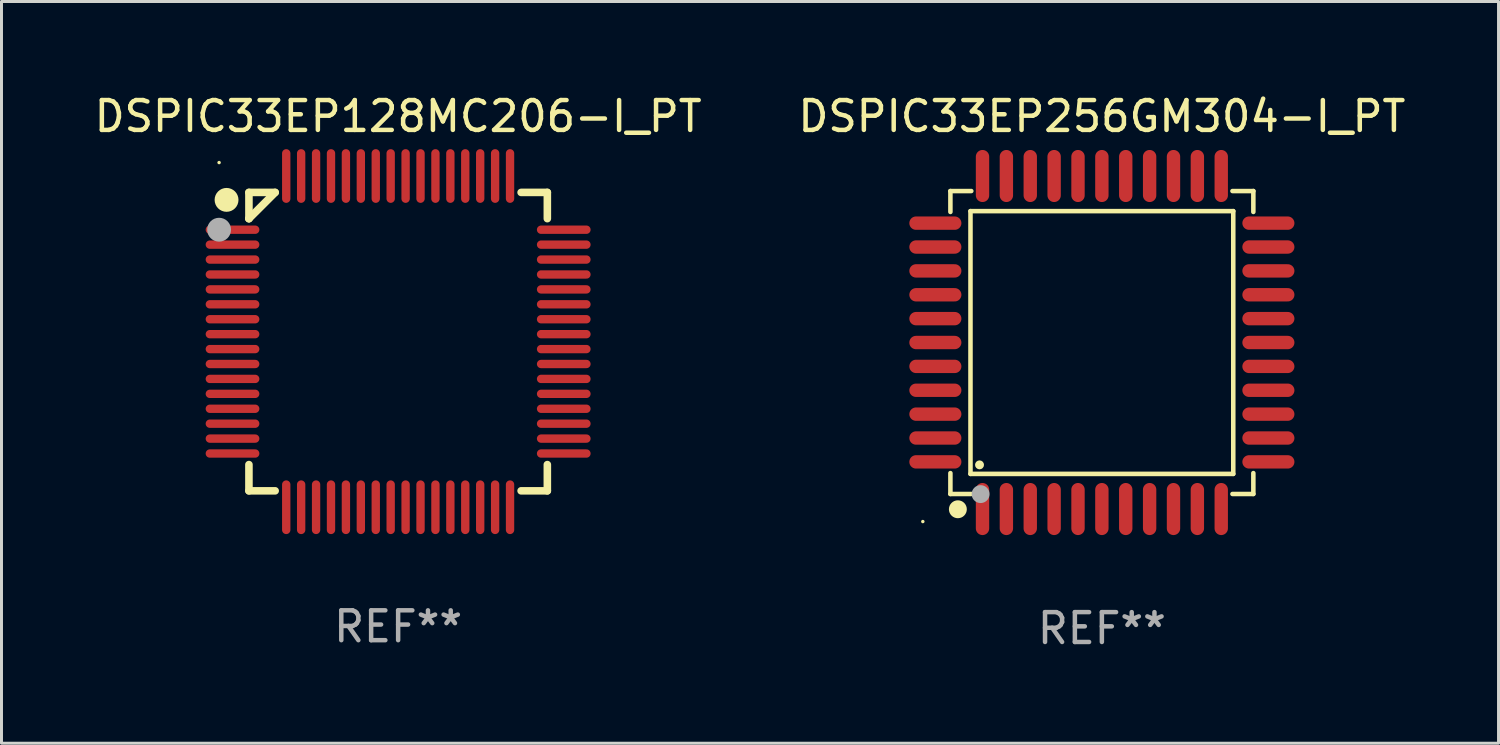
<source format=kicad_pcb>
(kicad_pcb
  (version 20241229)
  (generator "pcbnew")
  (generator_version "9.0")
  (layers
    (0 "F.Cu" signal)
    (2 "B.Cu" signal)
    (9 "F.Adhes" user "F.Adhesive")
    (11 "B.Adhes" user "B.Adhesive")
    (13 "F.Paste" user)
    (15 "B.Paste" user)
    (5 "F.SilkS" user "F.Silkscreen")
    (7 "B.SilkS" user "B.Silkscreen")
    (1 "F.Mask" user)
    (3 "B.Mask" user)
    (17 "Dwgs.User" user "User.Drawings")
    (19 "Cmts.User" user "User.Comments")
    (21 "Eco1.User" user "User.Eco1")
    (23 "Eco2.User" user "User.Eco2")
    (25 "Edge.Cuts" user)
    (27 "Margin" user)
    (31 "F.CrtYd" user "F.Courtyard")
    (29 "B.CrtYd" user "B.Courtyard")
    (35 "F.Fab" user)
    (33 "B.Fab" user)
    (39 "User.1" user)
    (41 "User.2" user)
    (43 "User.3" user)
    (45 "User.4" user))
  (footprint "DSPIC33EP128MC206-I_PT"
    (layer "F.Cu")
    (at 10.292 8.398)
    (property "Reference" "DSPIC33EP128MC206-I_PT" (at 0 -7.55 0) (layer "F.SilkS") (effects (font (size 1 1) (thickness 0.15))))
    (attr through_hole)
    (fp_line (start -5 -5) (end -4.121 -5) (stroke (width 0.254) (type solid)) (layer "F.SilkS"))
    (fp_line (start -5 -4.121) (end -5 -5) (stroke (width 0.254) (type solid)) (layer "F.SilkS"))
    (fp_line (start -5 -4.121) (end -5 -4.121) (stroke (width 0.254) (type solid)) (layer "F.SilkS"))
    (fp_line (start -5 -4.121) (end -4.121 -5) (stroke (width 0.254) (type solid)) (layer "F.SilkS"))
    (fp_line (start -5 5) (end -5 4.121) (stroke (width 0.254) (type solid)) (layer "F.SilkS"))
    (fp_line (start -4.121 5) (end -5 5) (stroke (width 0.254) (type solid)) (layer "F.SilkS"))
    (fp_line (start 4.121 -5) (end 5 -5) (stroke (width 0.254) (type solid)) (layer "F.SilkS"))
    (fp_line (start 5 -5) (end 5 -4.121) (stroke (width 0.254) (type solid)) (layer "F.SilkS"))
    (fp_line (start 5 4.121) (end 5 5) (stroke (width 0.254) (type solid)) (layer "F.SilkS"))
    (fp_line (start 5 5) (end 4.121 5) (stroke (width 0.254) (type solid)) (layer "F.SilkS"))
    (fp_circle (center -6 -6) (end -5.97 -6) (stroke (width 0.06) (type solid)) (fill no) (layer "F.SilkS"))
    (fp_circle (center -5.75 -4.75) (end -5.55 -4.75) (stroke (width 0.4) (type solid)) (fill no) (layer "F.SilkS"))
    (fp_circle (center -6 -3.75) (end -5.8 -3.75) (stroke (width 0.4) (type solid)) (fill no) (layer "F.Fab"))
    (fp_text user "REF**" (at 0 9.55 0) (layer "F.Fab") (effects (font (size 1 1) (thickness 0.15))))
    (pad "1" smd oval (at -5.55 -3.75 90) (size 0.28 1.8) (layers "F.Cu" "F.Mask" "F.Paste"))
    (pad "2" smd oval (at -5.55 -3.25 90) (size 0.28 1.8) (layers "F.Cu" "F.Mask" "F.Paste"))
    (pad "3" smd oval (at -5.55 -2.75 90) (size 0.28 1.8) (layers "F.Cu" "F.Mask" "F.Paste"))
    (pad "4" smd oval (at -5.55 -2.25 90) (size 0.28 1.8) (layers "F.Cu" "F.Mask" "F.Paste"))
    (pad "5" smd oval (at -5.55 -1.75 90) (size 0.28 1.8) (layers "F.Cu" "F.Mask" "F.Paste"))
    (pad "6" smd oval (at -5.55 -1.25 90) (size 0.28 1.8) (layers "F.Cu" "F.Mask" "F.Paste"))
    (pad "7" smd oval (at -5.55 -0.75 90) (size 0.28 1.8) (layers "F.Cu" "F.Mask" "F.Paste"))
    (pad "8" smd oval (at -5.55 -0.25 90) (size 0.28 1.8) (layers "F.Cu" "F.Mask" "F.Paste"))
    (pad "9" smd oval (at -5.55 0.25 90) (size 0.28 1.8) (layers "F.Cu" "F.Mask" "F.Paste"))
    (pad "10" smd oval (at -5.55 0.75 90) (size 0.28 1.8) (layers "F.Cu" "F.Mask" "F.Paste"))
    (pad "11" smd oval (at -5.55 1.25 90) (size 0.28 1.8) (layers "F.Cu" "F.Mask" "F.Paste"))
    (pad "12" smd oval (at -5.55 1.75 90) (size 0.28 1.8) (layers "F.Cu" "F.Mask" "F.Paste"))
    (pad "13" smd oval (at -5.55 2.25 90) (size 0.28 1.8) (layers "F.Cu" "F.Mask" "F.Paste"))
    (pad "14" smd oval (at -5.55 2.75 90) (size 0.28 1.8) (layers "F.Cu" "F.Mask" "F.Paste"))
    (pad "15" smd oval (at -5.55 3.25 90) (size 0.28 1.8) (layers "F.Cu" "F.Mask" "F.Paste"))
    (pad "16" smd oval (at -5.55 3.75 90) (size 0.28 1.8) (layers "F.Cu" "F.Mask" "F.Paste"))
    (pad "17" smd oval (at -3.75 5.55) (size 0.28 1.8) (layers "F.Cu" "F.Mask" "F.Paste"))
    (pad "18" smd oval (at -3.25 5.55) (size 0.28 1.8) (layers "F.Cu" "F.Mask" "F.Paste"))
    (pad "19" smd oval (at -2.75 5.55) (size 0.28 1.8) (layers "F.Cu" "F.Mask" "F.Paste"))
    (pad "20" smd oval (at -2.25 5.55) (size 0.28 1.8) (layers "F.Cu" "F.Mask" "F.Paste"))
    (pad "21" smd oval (at -1.75 5.55) (size 0.28 1.8) (layers "F.Cu" "F.Mask" "F.Paste"))
    (pad "22" smd oval (at -1.25 5.55) (size 0.28 1.8) (layers "F.Cu" "F.Mask" "F.Paste"))
    (pad "23" smd oval (at -0.75 5.55) (size 0.28 1.8) (layers "F.Cu" "F.Mask" "F.Paste"))
    (pad "24" smd oval (at -0.25 5.55) (size 0.28 1.8) (layers "F.Cu" "F.Mask" "F.Paste"))
    (pad "25" smd oval (at 0.25 5.55) (size 0.28 1.8) (layers "F.Cu" "F.Mask" "F.Paste"))
    (pad "26" smd oval (at 0.75 5.55) (size 0.28 1.8) (layers "F.Cu" "F.Mask" "F.Paste"))
    (pad "27" smd oval (at 1.25 5.55) (size 0.28 1.8) (layers "F.Cu" "F.Mask" "F.Paste"))
    (pad "28" smd oval (at 1.75 5.55) (size 0.28 1.8) (layers "F.Cu" "F.Mask" "F.Paste"))
    (pad "29" smd oval (at 2.25 5.55) (size 0.28 1.8) (layers "F.Cu" "F.Mask" "F.Paste"))
    (pad "30" smd oval (at 2.75 5.55) (size 0.28 1.8) (layers "F.Cu" "F.Mask" "F.Paste"))
    (pad "31" smd oval (at 3.25 5.55) (size 0.28 1.8) (layers "F.Cu" "F.Mask" "F.Paste"))
    (pad "32" smd oval (at 3.75 5.55) (size 0.28 1.8) (layers "F.Cu" "F.Mask" "F.Paste"))
    (pad "33" smd oval (at 5.55 3.75 90) (size 0.28 1.8) (layers "F.Cu" "F.Mask" "F.Paste"))
    (pad "34" smd oval (at 5.55 3.25 90) (size 0.28 1.8) (layers "F.Cu" "F.Mask" "F.Paste"))
    (pad "35" smd oval (at 5.55 2.75 90) (size 0.28 1.8) (layers "F.Cu" "F.Mask" "F.Paste"))
    (pad "36" smd oval (at 5.55 2.25 90) (size 0.28 1.8) (layers "F.Cu" "F.Mask" "F.Paste"))
    (pad "37" smd oval (at 5.55 1.75 90) (size 0.28 1.8) (layers "F.Cu" "F.Mask" "F.Paste"))
    (pad "38" smd oval (at 5.55 1.25 90) (size 0.28 1.8) (layers "F.Cu" "F.Mask" "F.Paste"))
    (pad "39" smd oval (at 5.55 0.75 90) (size 0.28 1.8) (layers "F.Cu" "F.Mask" "F.Paste"))
    (pad "40" smd oval (at 5.55 0.25 90) (size 0.28 1.8) (layers "F.Cu" "F.Mask" "F.Paste"))
    (pad "41" smd oval (at 5.55 -0.25 90) (size 0.28 1.8) (layers "F.Cu" "F.Mask" "F.Paste"))
    (pad "42" smd oval (at 5.55 -0.75 90) (size 0.28 1.8) (layers "F.Cu" "F.Mask" "F.Paste"))
    (pad "43" smd oval (at 5.55 -1.25 90) (size 0.28 1.8) (layers "F.Cu" "F.Mask" "F.Paste"))
    (pad "44" smd oval (at 5.55 -1.75 90) (size 0.28 1.8) (layers "F.Cu" "F.Mask" "F.Paste"))
    (pad "45" smd oval (at 5.55 -2.25 90) (size 0.28 1.8) (layers "F.Cu" "F.Mask" "F.Paste"))
    (pad "46" smd oval (at 5.55 -2.75 90) (size 0.28 1.8) (layers "F.Cu" "F.Mask" "F.Paste"))
    (pad "47" smd oval (at 5.55 -3.25 90) (size 0.28 1.8) (layers "F.Cu" "F.Mask" "F.Paste"))
    (pad "48" smd oval (at 5.55 -3.75 90) (size 0.28 1.8) (layers "F.Cu" "F.Mask" "F.Paste"))
    (pad "49" smd oval (at 3.75 -5.55) (size 0.28 1.8) (layers "F.Cu" "F.Mask" "F.Paste"))
    (pad "50" smd oval (at 3.25 -5.55) (size 0.28 1.8) (layers "F.Cu" "F.Mask" "F.Paste"))
    (pad "51" smd oval (at 2.75 -5.55) (size 0.28 1.8) (layers "F.Cu" "F.Mask" "F.Paste"))
    (pad "52" smd oval (at 2.25 -5.55) (size 0.28 1.8) (layers "F.Cu" "F.Mask" "F.Paste"))
    (pad "53" smd oval (at 1.75 -5.55) (size 0.28 1.8) (layers "F.Cu" "F.Mask" "F.Paste"))
    (pad "54" smd oval (at 1.25 -5.55) (size 0.28 1.8) (layers "F.Cu" "F.Mask" "F.Paste"))
    (pad "55" smd oval (at 0.75 -5.55) (size 0.28 1.8) (layers "F.Cu" "F.Mask" "F.Paste"))
    (pad "56" smd oval (at 0.25 -5.55) (size 0.28 1.8) (layers "F.Cu" "F.Mask" "F.Paste"))
    (pad "57" smd oval (at -0.25 -5.55) (size 0.28 1.8) (layers "F.Cu" "F.Mask" "F.Paste"))
    (pad "58" smd oval (at -0.75 -5.55) (size 0.28 1.8) (layers "F.Cu" "F.Mask" "F.Paste"))
    (pad "59" smd oval (at -1.25 -5.55) (size 0.28 1.8) (layers "F.Cu" "F.Mask" "F.Paste"))
    (pad "60" smd oval (at -1.75 -5.55) (size 0.28 1.8) (layers "F.Cu" "F.Mask" "F.Paste"))
    (pad "61" smd oval (at -2.25 -5.55) (size 0.28 1.8) (layers "F.Cu" "F.Mask" "F.Paste"))
    (pad "62" smd oval (at -2.75 -5.55) (size 0.28 1.8) (layers "F.Cu" "F.Mask" "F.Paste"))
    (pad "63" smd oval (at -3.25 -5.55) (size 0.28 1.8) (layers "F.Cu" "F.Mask" "F.Paste"))
    (pad "64" smd oval (at -3.75 -5.55) (size 0.28 1.8) (layers "F.Cu" "F.Mask" "F.Paste")))
  (footprint "DSPIC33EP256GM304-I_PT"
    (layer "F.Cu")
    (at 33.875 8.428)
    (property "Reference" "DSPIC33EP256GM304-I_PT" (at 0 -7.58 0) (layer "F.SilkS") (effects (font (size 1 1) (thickness 0.15))))
    (attr through_hole)
    (fp_line (start -5.076 -5.076) (end -5.076 -4.376) (stroke (width 0.152) (type solid)) (layer "F.SilkS"))
    (fp_line (start -5.076 5.076) (end -5.076 4.376) (stroke (width 0.152) (type solid)) (layer "F.SilkS"))
    (fp_line (start -4.403 -4.403) (end 4.403 -4.403) (stroke (width 0.152) (type solid)) (layer "F.SilkS"))
    (fp_line (start -4.403 4.403) (end -4.403 -4.403) (stroke (width 0.152) (type solid)) (layer "F.SilkS"))
    (fp_line (start -4.376 -5.076) (end -5.076 -5.076) (stroke (width 0.152) (type solid)) (layer "F.SilkS"))
    (fp_line (start -4.376 5.076) (end -5.076 5.076) (stroke (width 0.152) (type solid)) (layer "F.SilkS"))
    (fp_line (start 4.376 -5.076) (end 5.076 -5.076) (stroke (width 0.152) (type solid)) (layer "F.SilkS"))
    (fp_line (start 4.376 5.076) (end 5.076 5.076) (stroke (width 0.152) (type solid)) (layer "F.SilkS"))
    (fp_line (start 4.403 -4.403) (end 4.403 4.403) (stroke (width 0.152) (type solid)) (layer "F.SilkS"))
    (fp_line (start 4.403 4.403) (end -4.403 4.403) (stroke (width 0.152) (type solid)) (layer "F.SilkS"))
    (fp_line (start 5.076 -5.076) (end 5.076 -4.376) (stroke (width 0.152) (type solid)) (layer "F.SilkS"))
    (fp_line (start 5.076 5.076) (end 5.076 4.376) (stroke (width 0.152) (type solid)) (layer "F.SilkS"))
    (fp_circle (center -6 6) (end -5.97 6) (stroke (width 0.06) (type solid)) (fill no) (layer "F.SilkS"))
    (fp_circle (center -4.826 5.588) (end -4.676 5.588) (stroke (width 0.3) (type solid)) (fill no) (layer "F.SilkS"))
    (fp_circle (center -4.1 4.1) (end -4.025 4.1) (stroke (width 0.15) (type solid)) (fill no) (layer "F.SilkS"))
    (fp_circle (center -4.064 5.08) (end -3.914 5.08) (stroke (width 0.3) (type solid)) (fill no) (layer "F.Fab"))
    (fp_text user "REF**" (at 0 9.58 0) (layer "F.Fab") (effects (font (size 1 1) (thickness 0.15))))
    (pad "1" smd oval (at -4 5.58) (size 0.448 1.745) (layers "F.Cu" "F.Mask" "F.Paste"))
    (pad "2" smd oval (at -3.2 5.58) (size 0.448 1.745) (layers "F.Cu" "F.Mask" "F.Paste"))
    (pad "3" smd oval (at -2.4 5.58) (size 0.448 1.745) (layers "F.Cu" "F.Mask" "F.Paste"))
    (pad "4" smd oval (at -1.6 5.58) (size 0.448 1.745) (layers "F.Cu" "F.Mask" "F.Paste"))
    (pad "5" smd oval (at -0.8 5.58) (size 0.448 1.745) (layers "F.Cu" "F.Mask" "F.Paste"))
    (pad "6" smd oval (at 0 5.58) (size 0.448 1.745) (layers "F.Cu" "F.Mask" "F.Paste"))
    (pad "7" smd oval (at 0.8 5.58) (size 0.448 1.745) (layers "F.Cu" "F.Mask" "F.Paste"))
    (pad "8" smd oval (at 1.6 5.58) (size 0.448 1.745) (layers "F.Cu" "F.Mask" "F.Paste"))
    (pad "9" smd oval (at 2.4 5.58) (size 0.448 1.745) (layers "F.Cu" "F.Mask" "F.Paste"))
    (pad "10" smd oval (at 3.2 5.58) (size 0.448 1.745) (layers "F.Cu" "F.Mask" "F.Paste"))
    (pad "11" smd oval (at 4 5.58) (size 0.448 1.745) (layers "F.Cu" "F.Mask" "F.Paste"))
    (pad "12" smd oval (at 5.58 4) (size 1.745 0.448) (layers "F.Cu" "F.Mask" "F.Paste"))
    (pad "13" smd oval (at 5.58 3.2) (size 1.745 0.448) (layers "F.Cu" "F.Mask" "F.Paste"))
    (pad "14" smd oval (at 5.58 2.4) (size 1.745 0.448) (layers "F.Cu" "F.Mask" "F.Paste"))
    (pad "15" smd oval (at 5.58 1.6) (size 1.745 0.448) (layers "F.Cu" "F.Mask" "F.Paste"))
    (pad "16" smd oval (at 5.58 0.8) (size 1.745 0.448) (layers "F.Cu" "F.Mask" "F.Paste"))
    (pad "17" smd oval (at 5.58 0) (size 1.745 0.448) (layers "F.Cu" "F.Mask" "F.Paste"))
    (pad "18" smd oval (at 5.58 -0.8) (size 1.745 0.448) (layers "F.Cu" "F.Mask" "F.Paste"))
    (pad "19" smd oval (at 5.58 -1.6) (size 1.745 0.448) (layers "F.Cu" "F.Mask" "F.Paste"))
    (pad "20" smd oval (at 5.58 -2.4) (size 1.745 0.448) (layers "F.Cu" "F.Mask" "F.Paste"))
    (pad "21" smd oval (at 5.58 -3.2) (size 1.745 0.448) (layers "F.Cu" "F.Mask" "F.Paste"))
    (pad "22" smd oval (at 5.58 -4) (size 1.745 0.448) (layers "F.Cu" "F.Mask" "F.Paste"))
    (pad "23" smd oval (at 4 -5.58) (size 0.448 1.745) (layers "F.Cu" "F.Mask" "F.Paste"))
    (pad "24" smd oval (at 3.2 -5.58) (size 0.448 1.745) (layers "F.Cu" "F.Mask" "F.Paste"))
    (pad "25" smd oval (at 2.4 -5.58) (size 0.448 1.745) (layers "F.Cu" "F.Mask" "F.Paste"))
    (pad "26" smd oval (at 1.6 -5.58) (size 0.448 1.745) (layers "F.Cu" "F.Mask" "F.Paste"))
    (pad "27" smd oval (at 0.8 -5.58) (size 0.448 1.745) (layers "F.Cu" "F.Mask" "F.Paste"))
    (pad "28" smd oval (at 0 -5.58) (size 0.448 1.745) (layers "F.Cu" "F.Mask" "F.Paste"))
    (pad "29" smd oval (at -0.8 -5.58) (size 0.448 1.745) (layers "F.Cu" "F.Mask" "F.Paste"))
    (pad "30" smd oval (at -1.6 -5.58) (size 0.448 1.745) (layers "F.Cu" "F.Mask" "F.Paste"))
    (pad "31" smd oval (at -2.4 -5.58) (size 0.448 1.745) (layers "F.Cu" "F.Mask" "F.Paste"))
    (pad "32" smd oval (at -3.2 -5.58) (size 0.448 1.745) (layers "F.Cu" "F.Mask" "F.Paste"))
    (pad "33" smd oval (at -4 -5.58) (size 0.448 1.745) (layers "F.Cu" "F.Mask" "F.Paste"))
    (pad "34" smd oval (at -5.58 -4) (size 1.745 0.448) (layers "F.Cu" "F.Mask" "F.Paste"))
    (pad "35" smd oval (at -5.58 -3.2) (size 1.745 0.448) (layers "F.Cu" "F.Mask" "F.Paste"))
    (pad "36" smd oval (at -5.58 -2.4) (size 1.745 0.448) (layers "F.Cu" "F.Mask" "F.Paste"))
    (pad "37" smd oval (at -5.58 -1.6) (size 1.745 0.448) (layers "F.Cu" "F.Mask" "F.Paste"))
    (pad "38" smd oval (at -5.58 -0.8) (size 1.745 0.448) (layers "F.Cu" "F.Mask" "F.Paste"))
    (pad "39" smd oval (at -5.58 0) (size 1.745 0.448) (layers "F.Cu" "F.Mask" "F.Paste"))
    (pad "40" smd oval (at -5.58 0.8) (size 1.745 0.448) (layers "F.Cu" "F.Mask" "F.Paste"))
    (pad "41" smd oval (at -5.58 1.6) (size 1.745 0.448) (layers "F.Cu" "F.Mask" "F.Paste"))
    (pad "42" smd oval (at -5.58 2.4) (size 1.745 0.448) (layers "F.Cu" "F.Mask" "F.Paste"))
    (pad "43" smd oval (at -5.58 3.2) (size 1.745 0.448) (layers "F.Cu" "F.Mask" "F.Paste"))
    (pad "44" smd oval (at -5.58 4) (size 1.745 0.448) (layers "F.Cu" "F.Mask" "F.Paste")))
  (gr_rect
    (start -3 -3)
    (end 47.167 21.856)
    (stroke (width 0.1) (type default))
    (fill no)
    (layer "Edge.Cuts")))
</source>
